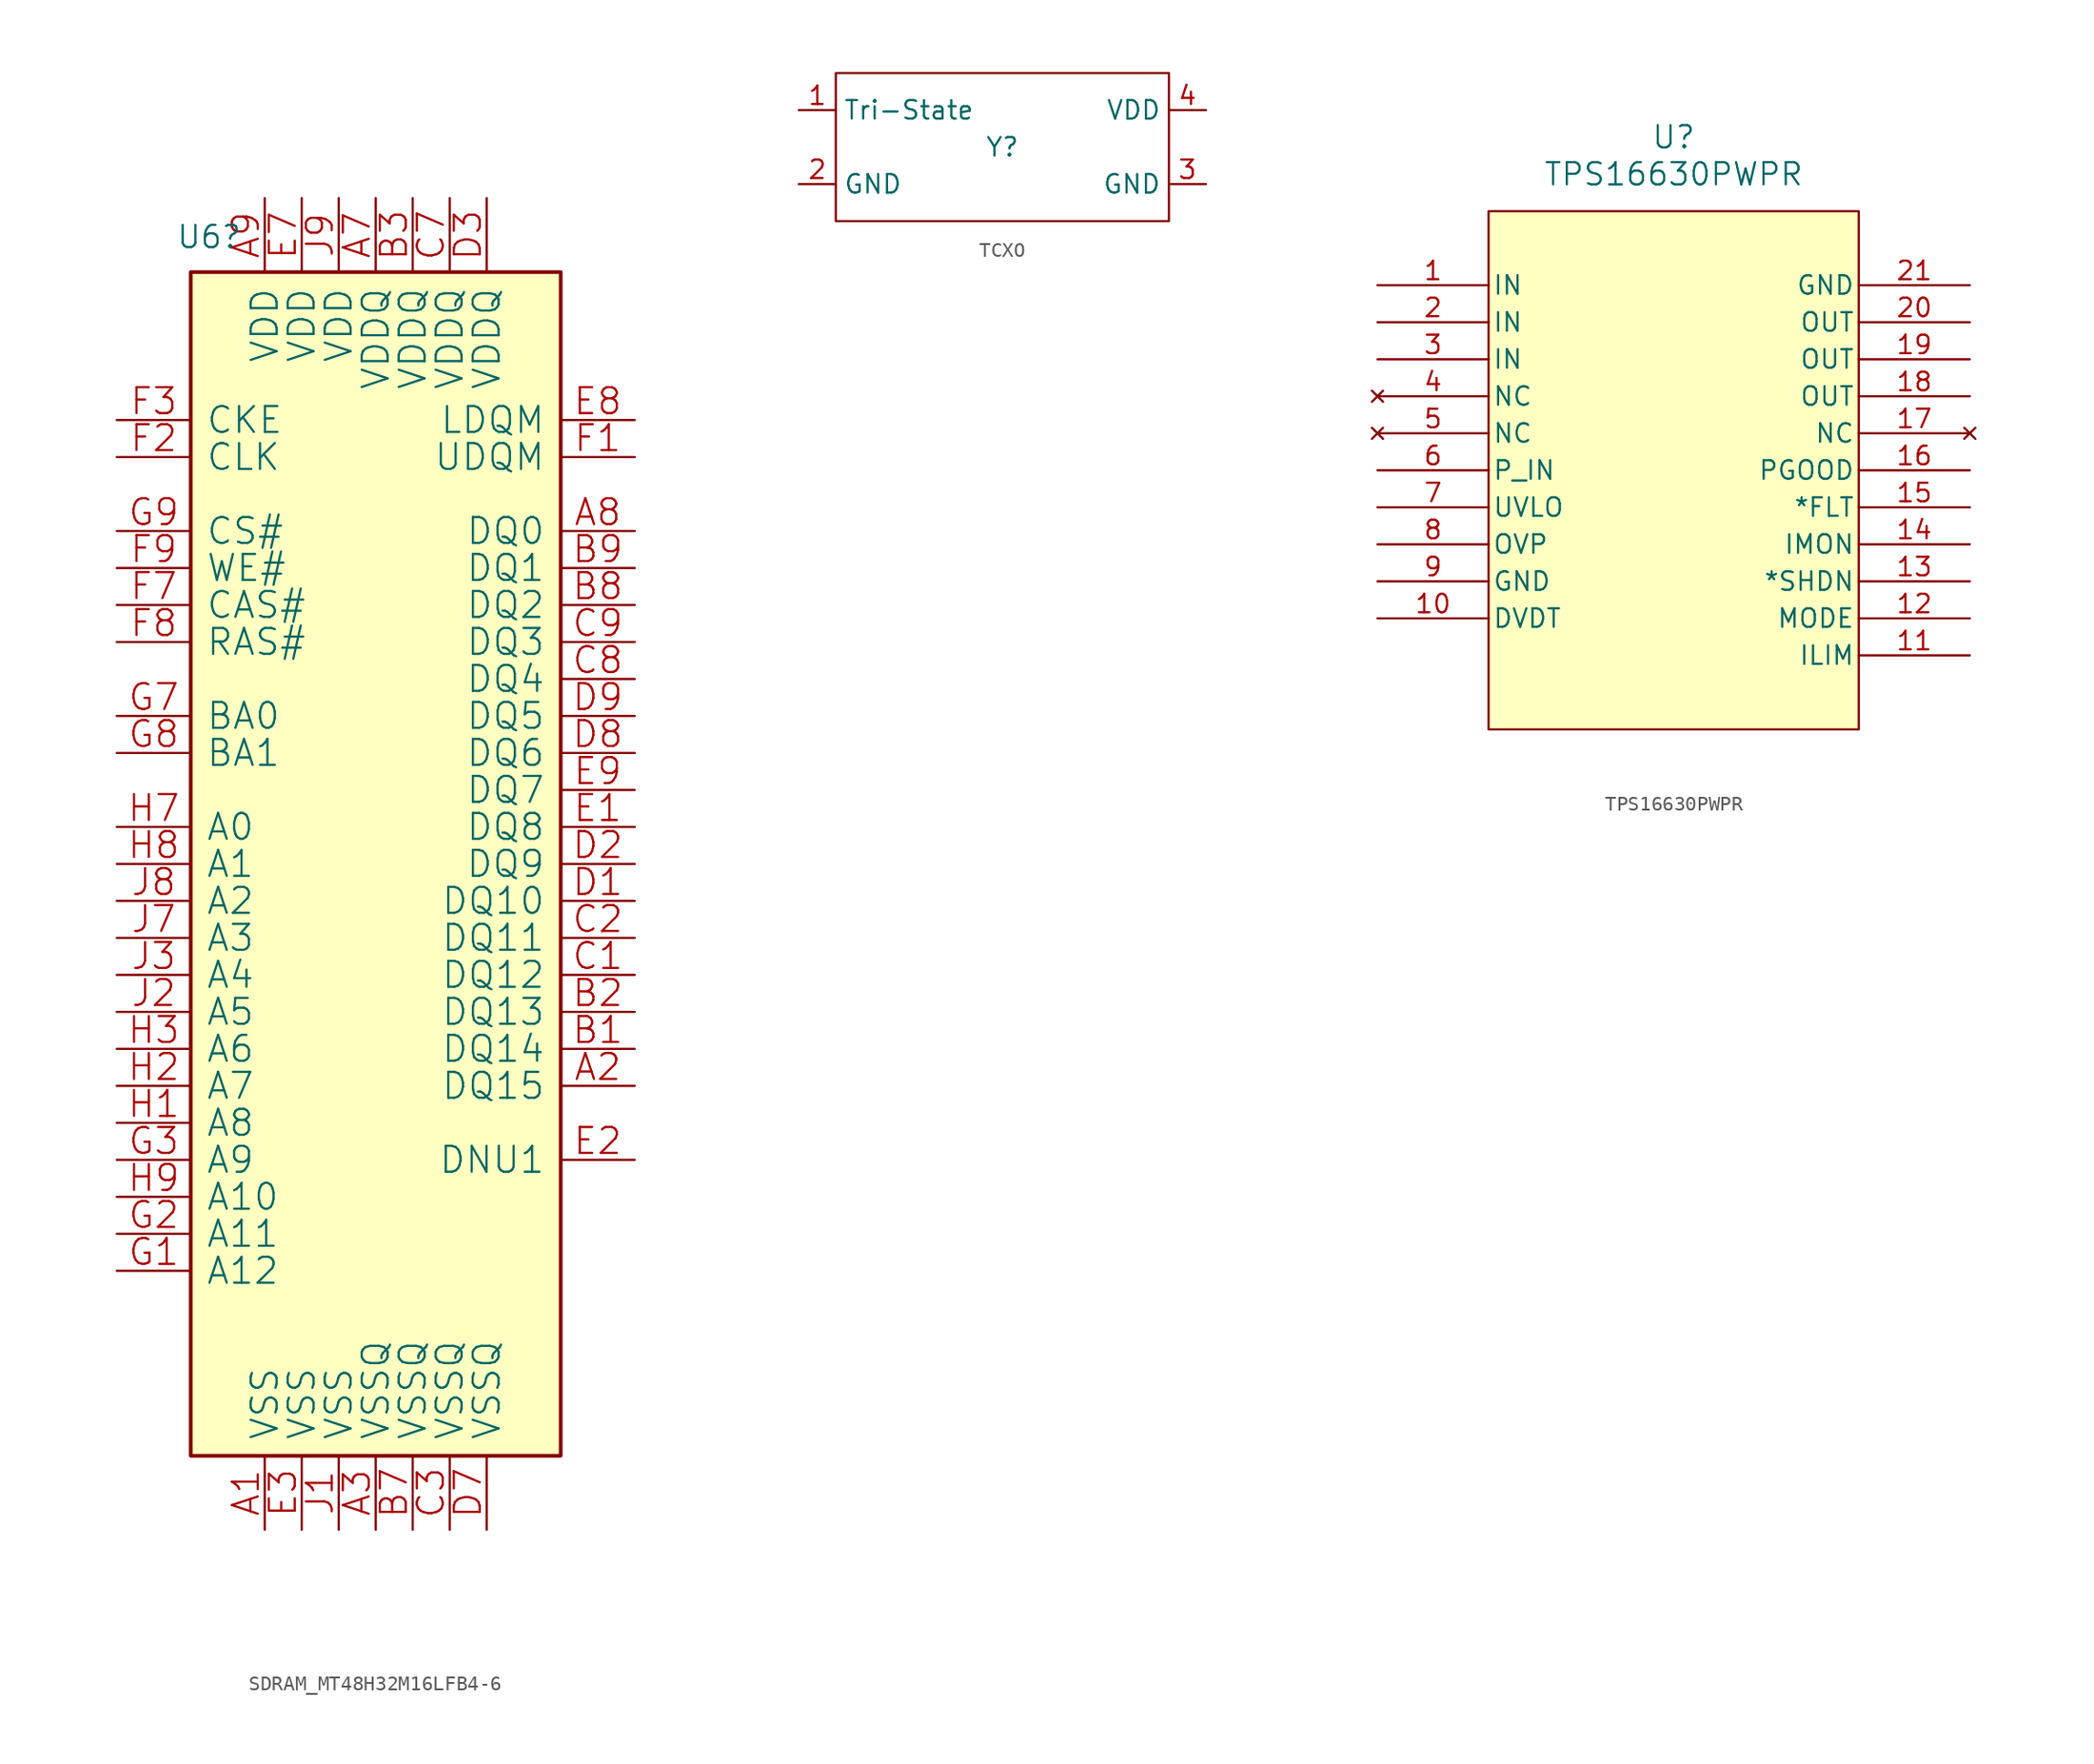
<source format=kicad_sym>
(kicad_symbol_lib
  (version 20231120)
  (generator "kicad_symbol_editor")
  (generator_version "8.0")
  (symbol "SDRAM_MT48H32M16LFB4-6"
    (pin_names
      (offset 1.016))
    (property "Reference" "U6"
      (at -1.016 1.524 0)
      (effects (font (size 1.524 1.524)) (justify left bottom)))
    (property "Tolerance" ""
      (at 0 0 0)
      (effects (font (size 1.27 1.27))))
    (property "Power Rating" ""
      (at 0 0 0)
      (effects (font (size 1.27 1.27))))
    (symbol "SDRAM_MT48H32M16LFB4-6_0_1"
      (rectangle (start 0 -81.28) (end 25.4 0) (stroke (width 0.254) (type solid)) (fill (type background)))
      (pin power_in line (at 5.08 -86.36 90) (length 5.08) (name "VSS" (effects (font (size 1.778 1.778)))) (number "A1" (effects (font (size 1.778 1.778)))))
      (pin bidirectional line (at 30.48 -55.88 180) (length 5.08) (name "DQ15" (effects (font (size 1.778 1.778)))) (number "A2" (effects (font (size 1.778 1.778)))))
      (pin power_in line (at 12.7 -86.36 90) (length 5.08) (name "VSSQ" (effects (font (size 1.778 1.778)))) (number "A3" (effects (font (size 1.778 1.778)))))
      (pin power_in line (at 12.7 5.08 270) (length 5.08) (name "VDDQ" (effects (font (size 1.778 1.778)))) (number "A7" (effects (font (size 1.778 1.778)))))
      (pin bidirectional line (at 30.48 -17.78 180) (length 5.08) (name "DQ0" (effects (font (size 1.778 1.778)))) (number "A8" (effects (font (size 1.778 1.778)))))
      (pin power_in line (at 5.08 5.08 270) (length 5.08) (name "VDD" (effects (font (size 1.778 1.778)))) (number "A9" (effects (font (size 1.778 1.778)))))
      (pin bidirectional line (at 30.48 -53.34 180) (length 5.08) (name "DQ14" (effects (font (size 1.778 1.778)))) (number "B1" (effects (font (size 1.778 1.778)))))
      (pin bidirectional line (at 30.48 -50.8 180) (length 5.08) (name "DQ13" (effects (font (size 1.778 1.778)))) (number "B2" (effects (font (size 1.778 1.778)))))
      (pin power_in line (at 15.24 5.08 270) (length 5.08) (name "VDDQ" (effects (font (size 1.778 1.778)))) (number "B3" (effects (font (size 1.778 1.778)))))
      (pin power_in line (at 15.24 -86.36 90) (length 5.08) (name "VSSQ" (effects (font (size 1.778 1.778)))) (number "B7" (effects (font (size 1.778 1.778)))))
      (pin bidirectional line (at 30.48 -22.86 180) (length 5.08) (name "DQ2" (effects (font (size 1.778 1.778)))) (number "B8" (effects (font (size 1.778 1.778)))))
      (pin bidirectional line (at 30.48 -20.32 180) (length 5.08) (name "DQ1" (effects (font (size 1.778 1.778)))) (number "B9" (effects (font (size 1.778 1.778)))))
      (pin bidirectional line (at 30.48 -48.26 180) (length 5.08) (name "DQ12" (effects (font (size 1.778 1.778)))) (number "C1" (effects (font (size 1.778 1.778)))))
      (pin bidirectional line (at 30.48 -45.72 180) (length 5.08) (name "DQ11" (effects (font (size 1.778 1.778)))) (number "C2" (effects (font (size 1.778 1.778)))))
      (pin power_in line (at 17.78 -86.36 90) (length 5.08) (name "VSSQ" (effects (font (size 1.778 1.778)))) (number "C3" (effects (font (size 1.778 1.778)))))
      (pin power_in line (at 17.78 5.08 270) (length 5.08) (name "VDDQ" (effects (font (size 1.778 1.778)))) (number "C7" (effects (font (size 1.778 1.778)))))
      (pin bidirectional line (at 30.48 -27.94 180) (length 5.08) (name "DQ4" (effects (font (size 1.778 1.778)))) (number "C8" (effects (font (size 1.778 1.778)))))
      (pin bidirectional line (at 30.48 -25.4 180) (length 5.08) (name "DQ3" (effects (font (size 1.778 1.778)))) (number "C9" (effects (font (size 1.778 1.778)))))
      (pin bidirectional line (at 30.48 -43.18 180) (length 5.08) (name "DQ10" (effects (font (size 1.778 1.778)))) (number "D1" (effects (font (size 1.778 1.778)))))
      (pin bidirectional line (at 30.48 -40.64 180) (length 5.08) (name "DQ9" (effects (font (size 1.778 1.778)))) (number "D2" (effects (font (size 1.778 1.778)))))
      (pin power_in line (at 20.32 5.08 270) (length 5.08) (name "VDDQ" (effects (font (size 1.778 1.778)))) (number "D3" (effects (font (size 1.778 1.778)))))
      (pin power_in line (at 20.32 -86.36 90) (length 5.08) (name "VSSQ" (effects (font (size 1.778 1.778)))) (number "D7" (effects (font (size 1.778 1.778)))))
      (pin bidirectional line (at 30.48 -33.02 180) (length 5.08) (name "DQ6" (effects (font (size 1.778 1.778)))) (number "D8" (effects (font (size 1.778 1.778)))))
      (pin bidirectional line (at 30.48 -30.48 180) (length 5.08) (name "DQ5" (effects (font (size 1.778 1.778)))) (number "D9" (effects (font (size 1.778 1.778)))))
      (pin bidirectional line (at 30.48 -38.1 180) (length 5.08) (name "DQ8" (effects (font (size 1.778 1.778)))) (number "E1" (effects (font (size 1.778 1.778)))))
      (pin passive line (at 30.48 -60.96 180) (length 5.08) (name "DNU1" (effects (font (size 1.778 1.778)))) (number "E2" (effects (font (size 1.778 1.778)))))
      (pin power_in line (at 7.62 -86.36 90) (length 5.08) (name "VSS" (effects (font (size 1.778 1.778)))) (number "E3" (effects (font (size 1.778 1.778)))))
      (pin power_in line (at 7.62 5.08 270) (length 5.08) (name "VDD" (effects (font (size 1.778 1.778)))) (number "E7" (effects (font (size 1.778 1.778)))))
      (pin input line (at 30.48 -10.16 180) (length 5.08) (name "LDQM" (effects (font (size 1.778 1.778)))) (number "E8" (effects (font (size 1.778 1.778)))))
      (pin bidirectional line (at 30.48 -35.56 180) (length 5.08) (name "DQ7" (effects (font (size 1.778 1.778)))) (number "E9" (effects (font (size 1.778 1.778)))))
      (pin input line (at 30.48 -12.7 180) (length 5.08) (name "UDQM" (effects (font (size 1.778 1.778)))) (number "F1" (effects (font (size 1.778 1.778)))))
      (pin input line (at -5.08 -12.7 0) (length 5.08) (name "CLK" (effects (font (size 1.778 1.778)))) (number "F2" (effects (font (size 1.778 1.778)))))
      (pin input line (at -5.08 -10.16 0) (length 5.08) (name "CKE" (effects (font (size 1.778 1.778)))) (number "F3" (effects (font (size 1.778 1.778)))))
      (pin input line (at -5.08 -22.86 0) (length 5.08) (name "CAS#" (effects (font (size 1.778 1.778)))) (number "F7" (effects (font (size 1.778 1.778)))))
      (pin input line (at -5.08 -25.4 0) (length 5.08) (name "RAS#" (effects (font (size 1.778 1.778)))) (number "F8" (effects (font (size 1.778 1.778)))))
      (pin input line (at -5.08 -20.32 0) (length 5.08) (name "WE#" (effects (font (size 1.778 1.778)))) (number "F9" (effects (font (size 1.778 1.778)))))
      (pin input line (at -5.08 -68.58 0) (length 5.08) (name "A12" (effects (font (size 1.778 1.778)))) (number "G1" (effects (font (size 1.778 1.778)))))
      (pin input line (at -5.08 -66.04 0) (length 5.08) (name "A11" (effects (font (size 1.778 1.778)))) (number "G2" (effects (font (size 1.778 1.778)))))
      (pin input line (at -5.08 -60.96 0) (length 5.08) (name "A9" (effects (font (size 1.778 1.778)))) (number "G3" (effects (font (size 1.778 1.778)))))
      (pin input line (at -5.08 -30.48 0) (length 5.08) (name "BA0" (effects (font (size 1.778 1.778)))) (number "G7" (effects (font (size 1.778 1.778)))))
      (pin input line (at -5.08 -33.02 0) (length 5.08) (name "BA1" (effects (font (size 1.778 1.778)))) (number "G8" (effects (font (size 1.778 1.778)))))
      (pin input line (at -5.08 -17.78 0) (length 5.08) (name "CS#" (effects (font (size 1.778 1.778)))) (number "G9" (effects (font (size 1.778 1.778)))))
      (pin input line (at -5.08 -58.42 0) (length 5.08) (name "A8" (effects (font (size 1.778 1.778)))) (number "H1" (effects (font (size 1.778 1.778)))))
      (pin input line (at -5.08 -55.88 0) (length 5.08) (name "A7" (effects (font (size 1.778 1.778)))) (number "H2" (effects (font (size 1.778 1.778)))))
      (pin input line (at -5.08 -53.34 0) (length 5.08) (name "A6" (effects (font (size 1.778 1.778)))) (number "H3" (effects (font (size 1.778 1.778)))))
      (pin input line (at -5.08 -38.1 0) (length 5.08) (name "A0" (effects (font (size 1.778 1.778)))) (number "H7" (effects (font (size 1.778 1.778)))))
      (pin input line (at -5.08 -40.64 0) (length 5.08) (name "A1" (effects (font (size 1.778 1.778)))) (number "H8" (effects (font (size 1.778 1.778)))))
      (pin input line (at -5.08 -63.5 0) (length 5.08) (name "A10" (effects (font (size 1.778 1.778)))) (number "H9" (effects (font (size 1.778 1.778)))))
      (pin power_in line (at 10.16 -86.36 90) (length 5.08) (name "VSS" (effects (font (size 1.778 1.778)))) (number "J1" (effects (font (size 1.778 1.778)))))
      (pin input line (at -5.08 -50.8 0) (length 5.08) (name "A5" (effects (font (size 1.778 1.778)))) (number "J2" (effects (font (size 1.778 1.778)))))
      (pin input line (at -5.08 -48.26 0) (length 5.08) (name "A4" (effects (font (size 1.778 1.778)))) (number "J3" (effects (font (size 1.778 1.778)))))
      (pin input line (at -5.08 -45.72 0) (length 5.08) (name "A3" (effects (font (size 1.778 1.778)))) (number "J7" (effects (font (size 1.778 1.778)))))
      (pin input line (at -5.08 -43.18 0) (length 5.08) (name "A2" (effects (font (size 1.778 1.778)))) (number "J8" (effects (font (size 1.778 1.778)))))
      (pin power_in line (at 10.16 5.08 270) (length 5.08) (name "VDD" (effects (font (size 1.778 1.778)))) (number "J9" (effects (font (size 1.778 1.778)))))))
  (symbol "TCXO"
    (property "Reference" "Y"
      (at 0 0 0)
      (effects (font (size 1.27 1.27))))
    (property "Value" ""
      (at 0 0 0)
      (effects (font (size 1.27 1.27))))
    (symbol "TCXO_0_1"
      (rectangle (start -11.43 5.08) (end 11.43 -5.08) (stroke (width 0) (type default)) (fill (type none))))
    (symbol "TCXO_1_1"
      (pin input line (at -13.97 2.54 0) (length 2.54) (name "Tri-State" (effects (font (size 1.27 1.27)))) (number "1" (effects (font (size 1.27 1.27)))))
      (pin input line (at -13.97 -2.54 0) (length 2.54) (name "GND" (effects (font (size 1.27 1.27)))) (number "2" (effects (font (size 1.27 1.27)))))
      (pin input line (at 13.97 -2.54 180) (length 2.54) (name "GND" (effects (font (size 1.27 1.27)))) (number "3" (effects (font (size 1.27 1.27)))))
      (pin input line (at 13.97 2.54 180) (length 2.54) (name "VDD" (effects (font (size 1.27 1.27)))) (number "4" (effects (font (size 1.27 1.27)))))))
  (symbol "TPS16630PWPR"
    (pin_names
      (offset 0.254))
    (property "Reference" "U"
      (at 20.32 10.16 0)
      (effects (font (size 1.524 1.524))))
    (property "Value" "TPS16630PWPR"
      (at 20.32 7.62 0)
      (effects (font (size 1.524 1.524))))
    (property "ki_locked" ""
      (at 0 0 0)
      (effects (font (size 1.27 1.27))))
    (symbol "TPS16630PWPR_1_1"
      (rectangle (start 7.62 5.08) (end 33.02 -30.48) (stroke (width 0) (type default)) (fill (type background)))
      (pin power_in line (at 0 0 0) (length 7.62) (name "IN" (effects (font (size 1.27 1.27)))) (number "1" (effects (font (size 1.27 1.27)))))
      (pin bidirectional line (at 0 -22.86 0) (length 7.62) (name "DVDT" (effects (font (size 1.27 1.27)))) (number "10" (effects (font (size 1.27 1.27)))))
      (pin bidirectional line (at 40.64 -25.4 180) (length 7.62) (name "ILIM" (effects (font (size 1.27 1.27)))) (number "11" (effects (font (size 1.27 1.27)))))
      (pin input line (at 40.64 -22.86 180) (length 7.62) (name "MODE" (effects (font (size 1.27 1.27)))) (number "12" (effects (font (size 1.27 1.27)))))
      (pin input line (at 40.64 -20.32 180) (length 7.62) (name "*SHDN" (effects (font (size 1.27 1.27)))) (number "13" (effects (font (size 1.27 1.27)))))
      (pin output line (at 40.64 -17.78 180) (length 7.62) (name "IMON" (effects (font (size 1.27 1.27)))) (number "14" (effects (font (size 1.27 1.27)))))
      (pin output line (at 40.64 -15.24 180) (length 7.62) (name "*FLT" (effects (font (size 1.27 1.27)))) (number "15" (effects (font (size 1.27 1.27)))))
      (pin output line (at 40.64 -12.7 180) (length 7.62) (name "PGOOD" (effects (font (size 1.27 1.27)))) (number "16" (effects (font (size 1.27 1.27)))))
      (pin no_connect line (at 40.64 -10.16 180) (length 7.62) (name "NC" (effects (font (size 1.27 1.27)))) (number "17" (effects (font (size 1.27 1.27)))))
      (pin power_in line (at 40.64 -7.62 180) (length 7.62) (name "OUT" (effects (font (size 1.27 1.27)))) (number "18" (effects (font (size 1.27 1.27)))))
      (pin power_in line (at 40.64 -5.08 180) (length 7.62) (name "OUT" (effects (font (size 1.27 1.27)))) (number "19" (effects (font (size 1.27 1.27)))))
      (pin power_in line (at 0 -2.54 0) (length 7.62) (name "IN" (effects (font (size 1.27 1.27)))) (number "2" (effects (font (size 1.27 1.27)))))
      (pin power_in line (at 40.64 -2.54 180) (length 7.62) (name "OUT" (effects (font (size 1.27 1.27)))) (number "20" (effects (font (size 1.27 1.27)))))
      (pin power_out line (at 40.64 0 180) (length 7.62) (name "GND" (effects (font (size 1.27 1.27)))) (number "21" (effects (font (size 1.27 1.27)))))
      (pin power_in line (at 0 -5.08 0) (length 7.62) (name "IN" (effects (font (size 1.27 1.27)))) (number "3" (effects (font (size 1.27 1.27)))))
      (pin no_connect line (at 0 -7.62 0) (length 7.62) (name "NC" (effects (font (size 1.27 1.27)))) (number "4" (effects (font (size 1.27 1.27)))))
      (pin no_connect line (at 0 -10.16 0) (length 7.62) (name "NC" (effects (font (size 1.27 1.27)))) (number "5" (effects (font (size 1.27 1.27)))))
      (pin power_in line (at 0 -12.7 0) (length 7.62) (name "P_IN" (effects (font (size 1.27 1.27)))) (number "6" (effects (font (size 1.27 1.27)))))
      (pin input line (at 0 -15.24 0) (length 7.62) (name "UVLO" (effects (font (size 1.27 1.27)))) (number "7" (effects (font (size 1.27 1.27)))))
      (pin input line (at 0 -17.78 0) (length 7.62) (name "OVP" (effects (font (size 1.27 1.27)))) (number "8" (effects (font (size 1.27 1.27)))))
      (pin power_out line (at 0 -20.32 0) (length 7.62) (name "GND" (effects (font (size 1.27 1.27)))) (number "9" (effects (font (size 1.27 1.27))))))))
</source>
